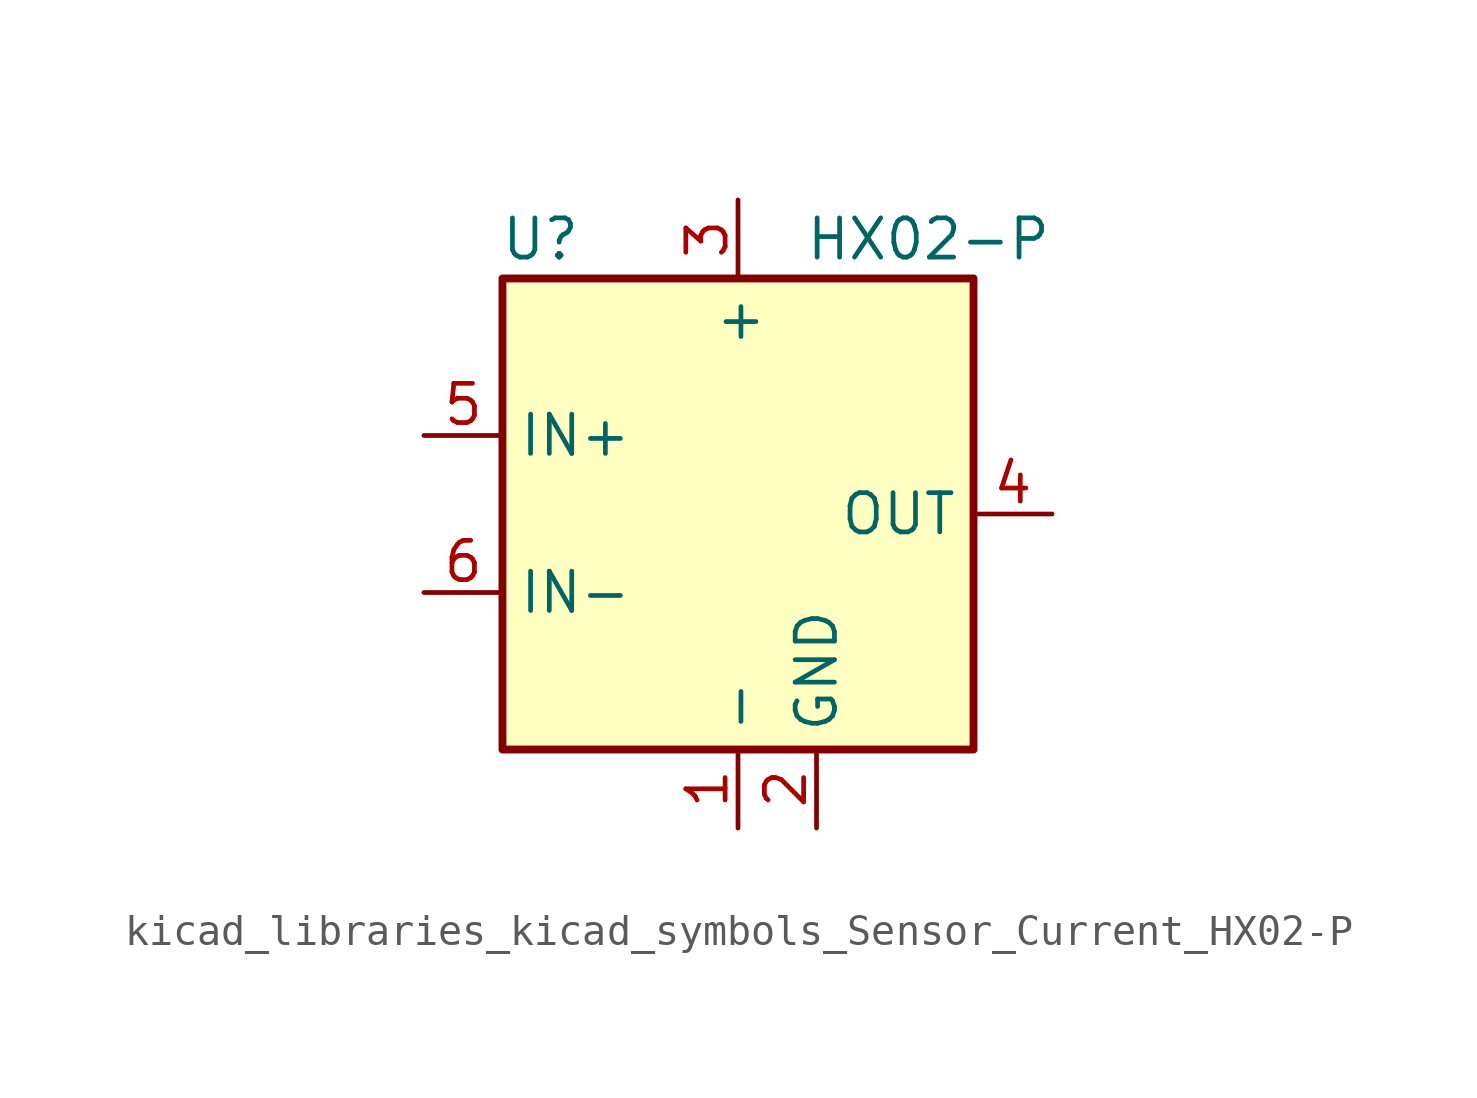
<source format=kicad_sym>
(kicad_symbol_lib
  (version 20220914)
  (generator kicad_symbol_editor)
  (symbol "kicad_libraries_kicad_symbols_Sensor_Current_HX02-P"
    (property "Reference" "U"
      (at -5.08 8.89 0)
      (effects (font (size 1.27 1.27)) (justify right)))
    (property "Value" "HX02-P"
      (at 10.16 8.89 0)
      (effects (font (size 1.27 1.27)) (justify right)))
    (symbol "kicad_libraries_kicad_symbols_Sensor_Current_HX02-P_0_1"
      (rectangle (start -7.62 7.62) (end 7.62 -7.62) (stroke (width 0.254) (type default)) (fill (type background))))
    (symbol "kicad_libraries_kicad_symbols_Sensor_Current_HX02-P_1_1"
      (pin power_in line (at 0 -10.16 90) (length 2.54) (name "-" (effects (font (size 1.27 1.27)))) (number "1" (effects (font (size 1.27 1.27)))))
      (pin power_in line (at 2.54 -10.16 90) (length 2.54) (name "GND" (effects (font (size 1.27 1.27)))) (number "2" (effects (font (size 1.27 1.27)))))
      (pin power_in line (at 0 10.16 270) (length 2.54) (name "+" (effects (font (size 1.27 1.27)))) (number "3" (effects (font (size 1.27 1.27)))))
      (pin output line (at 10.16 0 180) (length 2.54) (name "OUT" (effects (font (size 1.27 1.27)))) (number "4" (effects (font (size 1.27 1.27)))))
      (pin passive line (at -10.16 2.54 0) (length 2.54) (name "IN+" (effects (font (size 1.27 1.27)))) (number "5" (effects (font (size 1.27 1.27)))))
      (pin passive line (at -10.16 -2.54 0) (length 2.54) (name "IN-" (effects (font (size 1.27 1.27)))) (number "6" (effects (font (size 1.27 1.27))))))))
</source>
